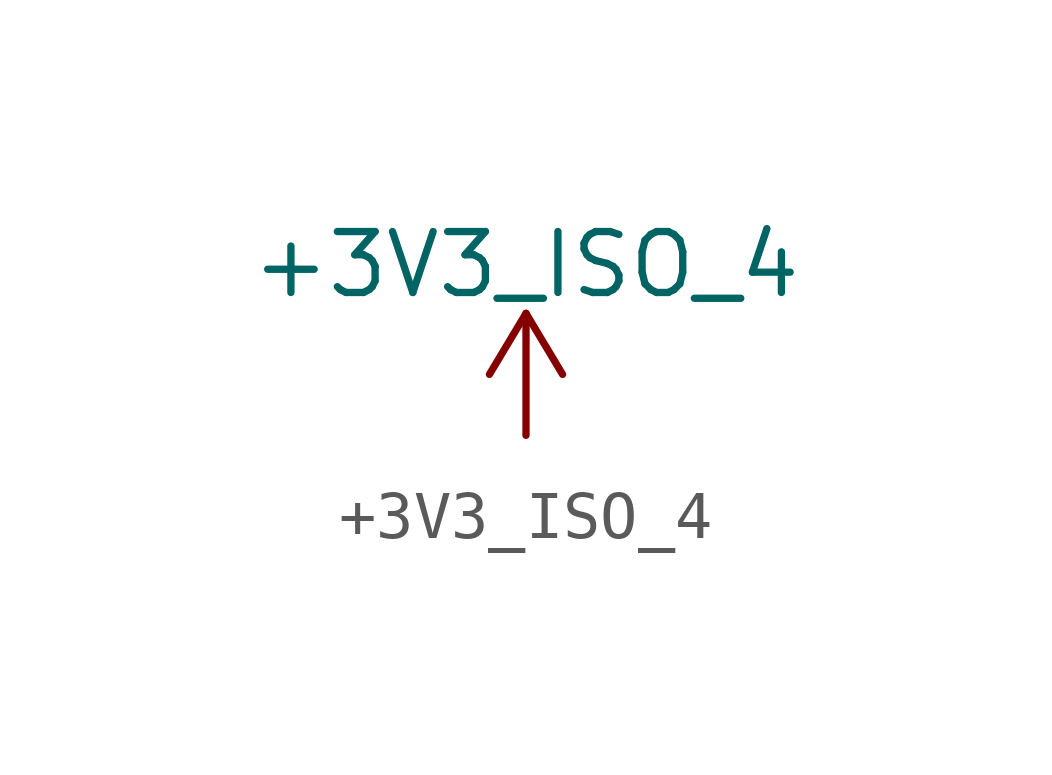
<source format=kicad_sym>
(kicad_symbol_lib
  (version 20220914)
  (generator kicad_symbol_editor)
  (symbol "+3V3_ISO_4"
    (power)
    (pin_names
      (offset 0))
    (property "Reference" "#PWR"
      (at 0 -3.81 0)
      (effects (font (size 1.27 1.27)) hide))
    (property "Value" "+3V3_ISO_4"
      (at 0 3.556 0)
      (effects (font (size 1.27 1.27))))
    (symbol "+3V3_ISO_4_0_1"
      (polyline (pts (xy -0.762 1.27) (xy 0 2.54)) (stroke (width 0) (type default)) (fill (type none)))
      (polyline (pts (xy 0 0) (xy 0 2.54)) (stroke (width 0) (type default)) (fill (type none)))
      (polyline (pts (xy 0 2.54) (xy 0.762 1.27)) (stroke (width 0) (type default)) (fill (type none))))
    (symbol "+3V3_ISO_4_1_1"
      (pin power_in line (at 0 0 0) (length 0) hide (name "+3V3_ISO_4" (effects (font (size 1.27 1.27)))) (number "1" (effects (font (size 1.27 1.27))))))))
</source>
